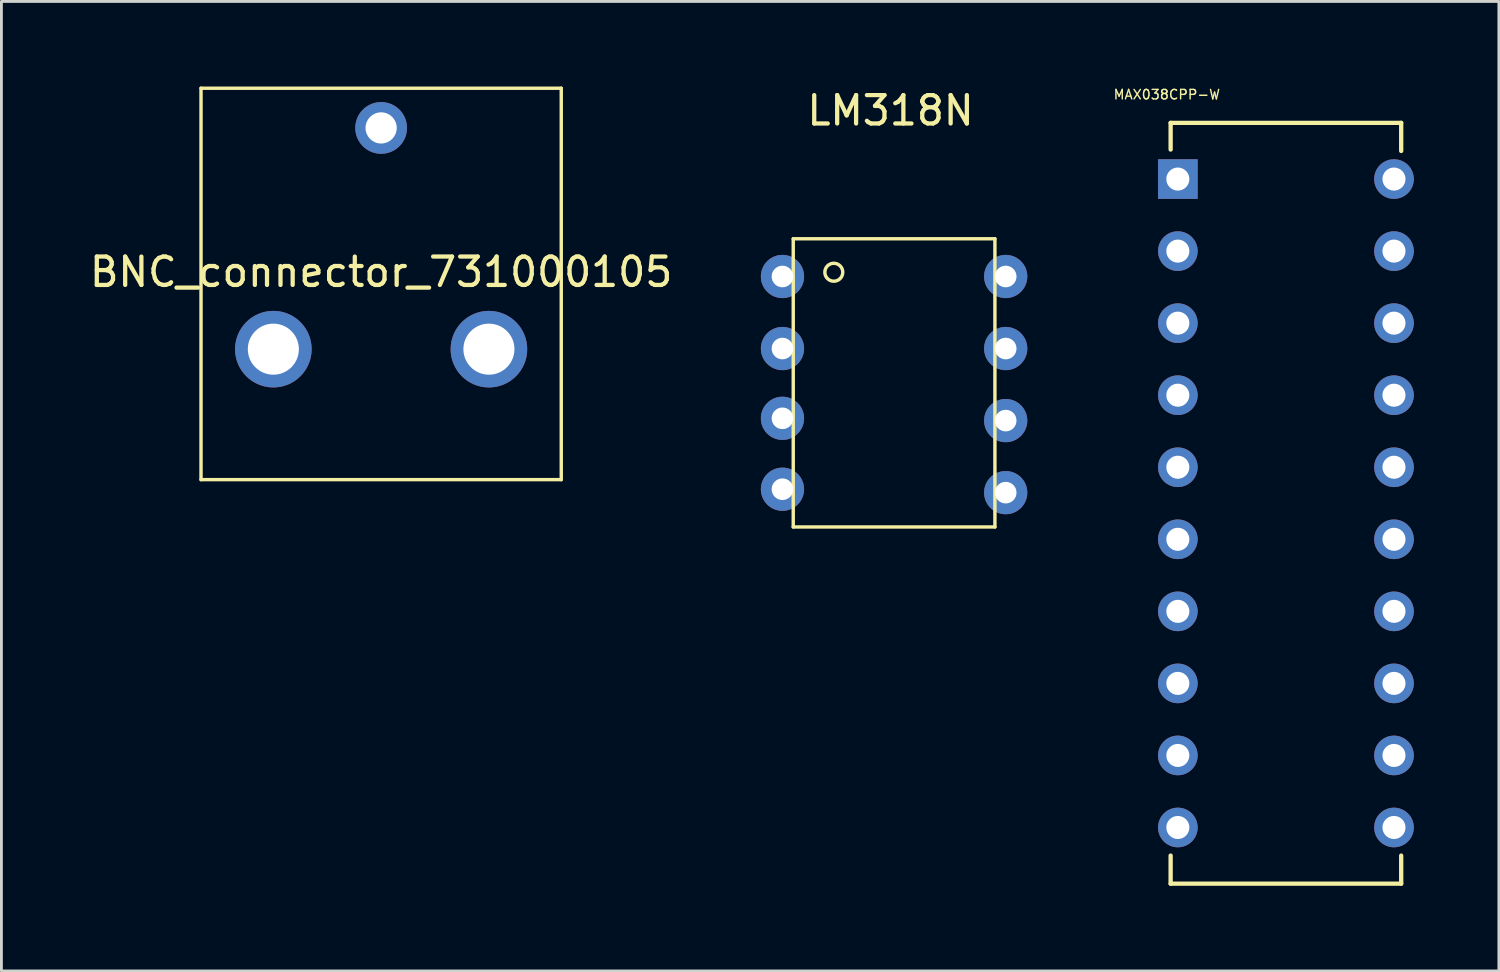
<source format=kicad_pcb>
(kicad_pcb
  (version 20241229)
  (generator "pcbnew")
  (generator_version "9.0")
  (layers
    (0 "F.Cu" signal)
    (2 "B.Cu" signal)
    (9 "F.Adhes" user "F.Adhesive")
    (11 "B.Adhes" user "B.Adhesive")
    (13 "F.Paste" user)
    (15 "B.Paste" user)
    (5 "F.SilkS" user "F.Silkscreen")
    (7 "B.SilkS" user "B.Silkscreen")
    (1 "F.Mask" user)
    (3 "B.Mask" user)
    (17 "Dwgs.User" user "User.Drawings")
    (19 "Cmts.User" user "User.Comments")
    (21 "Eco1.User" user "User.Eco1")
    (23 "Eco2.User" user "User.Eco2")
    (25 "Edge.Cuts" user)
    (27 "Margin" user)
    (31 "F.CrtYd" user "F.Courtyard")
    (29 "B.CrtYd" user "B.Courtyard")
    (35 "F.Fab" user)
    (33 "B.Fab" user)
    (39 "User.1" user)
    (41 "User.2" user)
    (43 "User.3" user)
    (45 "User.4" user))
  (footprint "MAX038CPP-W"
    (layer "F.Cu")
    (at 46.095 26.123)
    (property "Reference" "MAX038CPP-W" (at -8.008 -25.839 0) (layer "F.SilkS") (effects (font (size 0.335 0.335) (thickness 0.05))))
    (attr through_hole)
    (fp_line (start -7.874 -24.841) (end -7.874 -23.901) (stroke (width 0.152) (type solid)) (layer "F.SilkS"))
    (fp_line (start -7.874 0.991) (end -7.874 1.981) (stroke (width 0.152) (type solid)) (layer "F.SilkS"))
    (fp_line (start -7.874 1.981) (end 0.254 1.981) (stroke (width 0.152) (type solid)) (layer "F.SilkS"))
    (fp_line (start 0.254 -24.841) (end -7.874 -24.841) (stroke (width 0.152) (type solid)) (layer "F.SilkS"))
    (fp_line (start 0.254 -23.851) (end 0.254 -24.841) (stroke (width 0.152) (type solid)) (layer "F.SilkS"))
    (fp_line (start 0.254 1.981) (end 0.254 0.991) (stroke (width 0.152) (type solid)) (layer "F.SilkS"))
    (fp_line (start -8.026 -23.266) (end -8.026 -22.454) (stroke (width 0.152) (type solid)) (layer "Eco2.User"))
    (fp_line (start -8.026 -22.454) (end -7.747 -22.454) (stroke (width 0.152) (type solid)) (layer "Eco2.User"))
    (fp_line (start -8.026 -20.726) (end -8.026 -19.914) (stroke (width 0.152) (type solid)) (layer "Eco2.User"))
    (fp_line (start -8.026 -19.914) (end -7.747 -19.914) (stroke (width 0.152) (type solid)) (layer "Eco2.User"))
    (fp_line (start -8.026 -18.186) (end -8.026 -17.374) (stroke (width 0.152) (type solid)) (layer "Eco2.User"))
    (fp_line (start -8.026 -17.374) (end -7.747 -17.374) (stroke (width 0.152) (type solid)) (layer "Eco2.User"))
    (fp_line (start -8.026 -15.646) (end -8.026 -14.834) (stroke (width 0.152) (type solid)) (layer "Eco2.User"))
    (fp_line (start -8.026 -14.834) (end -7.747 -14.834) (stroke (width 0.152) (type solid)) (layer "Eco2.User"))
    (fp_line (start -8.026 -13.106) (end -8.026 -12.294) (stroke (width 0.152) (type solid)) (layer "Eco2.User"))
    (fp_line (start -8.026 -12.294) (end -7.747 -12.294) (stroke (width 0.152) (type solid)) (layer "Eco2.User"))
    (fp_line (start -8.026 -10.566) (end -8.026 -9.754) (stroke (width 0.152) (type solid)) (layer "Eco2.User"))
    (fp_line (start -8.026 -9.754) (end -7.747 -9.754) (stroke (width 0.152) (type solid)) (layer "Eco2.User"))
    (fp_line (start -8.026 -8.026) (end -8.026 -7.214) (stroke (width 0.152) (type solid)) (layer "Eco2.User"))
    (fp_line (start -8.026 -7.214) (end -7.747 -7.214) (stroke (width 0.152) (type solid)) (layer "Eco2.User"))
    (fp_line (start -8.026 -5.486) (end -8.026 -4.674) (stroke (width 0.152) (type solid)) (layer "Eco2.User"))
    (fp_line (start -8.026 -4.674) (end -7.747 -4.674) (stroke (width 0.152) (type solid)) (layer "Eco2.User"))
    (fp_line (start -8.026 -2.946) (end -8.026 -2.134) (stroke (width 0.152) (type solid)) (layer "Eco2.User"))
    (fp_line (start -8.026 -2.134) (end -7.747 -2.134) (stroke (width 0.152) (type solid)) (layer "Eco2.User"))
    (fp_line (start -8.026 -0.406) (end -8.026 0.406) (stroke (width 0.152) (type solid)) (layer "Eco2.User"))
    (fp_line (start -8.026 0.406) (end -7.747 0.406) (stroke (width 0.152) (type solid)) (layer "Eco2.User"))
    (fp_line (start -7.747 -24.689) (end -7.747 1.829) (stroke (width 0.152) (type solid)) (layer "Eco2.User"))
    (fp_line (start -7.747 -23.266) (end -8.026 -23.266) (stroke (width 0.152) (type solid)) (layer "Eco2.User"))
    (fp_line (start -7.747 -22.454) (end -7.747 -23.266) (stroke (width 0.152) (type solid)) (layer "Eco2.User"))
    (fp_line (start -7.747 -20.726) (end -8.026 -20.726) (stroke (width 0.152) (type solid)) (layer "Eco2.User"))
    (fp_line (start -7.747 -19.914) (end -7.747 -20.726) (stroke (width 0.152) (type solid)) (layer "Eco2.User"))
    (fp_line (start -7.747 -18.186) (end -8.026 -18.186) (stroke (width 0.152) (type solid)) (layer "Eco2.User"))
    (fp_line (start -7.747 -17.374) (end -7.747 -18.186) (stroke (width 0.152) (type solid)) (layer "Eco2.User"))
    (fp_line (start -7.747 -15.646) (end -8.026 -15.646) (stroke (width 0.152) (type solid)) (layer "Eco2.User"))
    (fp_line (start -7.747 -14.834) (end -7.747 -15.646) (stroke (width 0.152) (type solid)) (layer "Eco2.User"))
    (fp_line (start -7.747 -13.106) (end -8.026 -13.106) (stroke (width 0.152) (type solid)) (layer "Eco2.User"))
    (fp_line (start -7.747 -12.294) (end -7.747 -13.106) (stroke (width 0.152) (type solid)) (layer "Eco2.User"))
    (fp_line (start -7.747 -10.566) (end -8.026 -10.566) (stroke (width 0.152) (type solid)) (layer "Eco2.User"))
    (fp_line (start -7.747 -9.754) (end -7.747 -10.566) (stroke (width 0.152) (type solid)) (layer "Eco2.User"))
    (fp_line (start -7.747 -8.026) (end -8.026 -8.026) (stroke (width 0.152) (type solid)) (layer "Eco2.User"))
    (fp_line (start -7.747 -7.214) (end -7.747 -8.026) (stroke (width 0.152) (type solid)) (layer "Eco2.User"))
    (fp_line (start -7.747 -5.486) (end -8.026 -5.486) (stroke (width 0.152) (type solid)) (layer "Eco2.User"))
    (fp_line (start -7.747 -4.674) (end -7.747 -5.486) (stroke (width 0.152) (type solid)) (layer "Eco2.User"))
    (fp_line (start -7.747 -2.946) (end -8.026 -2.946) (stroke (width 0.152) (type solid)) (layer "Eco2.User"))
    (fp_line (start -7.747 -2.134) (end -7.747 -2.946) (stroke (width 0.152) (type solid)) (layer "Eco2.User"))
    (fp_line (start -7.747 -0.406) (end -8.026 -0.406) (stroke (width 0.152) (type solid)) (layer "Eco2.User"))
    (fp_line (start -7.747 0.406) (end -7.747 -0.406) (stroke (width 0.152) (type solid)) (layer "Eco2.User"))
    (fp_line (start -7.747 1.829) (end 0.127 1.829) (stroke (width 0.152) (type solid)) (layer "Eco2.User"))
    (fp_line (start -4.115 -24.689) (end -7.747 -24.689) (stroke (width 0.152) (type solid)) (layer "Eco2.User"))
    (fp_line (start -3.505 -24.689) (end -4.115 -24.689) (stroke (width 0.152) (type solid)) (layer "Eco2.User"))
    (fp_line (start 0.127 -24.689) (end -3.505 -24.689) (stroke (width 0.152) (type solid)) (layer "Eco2.User"))
    (fp_line (start 0.127 -23.266) (end 0.127 -22.454) (stroke (width 0.152) (type solid)) (layer "Eco2.User"))
    (fp_line (start 0.127 -22.454) (end 0.406 -22.454) (stroke (width 0.152) (type solid)) (layer "Eco2.User"))
    (fp_line (start 0.127 -20.726) (end 0.127 -19.914) (stroke (width 0.152) (type solid)) (layer "Eco2.User"))
    (fp_line (start 0.127 -19.914) (end 0.406 -19.914) (stroke (width 0.152) (type solid)) (layer "Eco2.User"))
    (fp_line (start 0.127 -18.186) (end 0.127 -17.374) (stroke (width 0.152) (type solid)) (layer "Eco2.User"))
    (fp_line (start 0.127 -17.374) (end 0.406 -17.374) (stroke (width 0.152) (type solid)) (layer "Eco2.User"))
    (fp_line (start 0.127 -15.646) (end 0.127 -14.834) (stroke (width 0.152) (type solid)) (layer "Eco2.User"))
    (fp_line (start 0.127 -14.834) (end 0.406 -14.834) (stroke (width 0.152) (type solid)) (layer "Eco2.User"))
    (fp_line (start 0.127 -13.106) (end 0.127 -12.294) (stroke (width 0.152) (type solid)) (layer "Eco2.User"))
    (fp_line (start 0.127 -12.294) (end 0.406 -12.294) (stroke (width 0.152) (type solid)) (layer "Eco2.User"))
    (fp_line (start 0.127 -10.566) (end 0.127 -9.754) (stroke (width 0.152) (type solid)) (layer "Eco2.User"))
    (fp_line (start 0.127 -9.754) (end 0.406 -9.754) (stroke (width 0.152) (type solid)) (layer "Eco2.User"))
    (fp_line (start 0.127 -8.026) (end 0.127 -7.214) (stroke (width 0.152) (type solid)) (layer "Eco2.User"))
    (fp_line (start 0.127 -7.214) (end 0.406 -7.214) (stroke (width 0.152) (type solid)) (layer "Eco2.User"))
    (fp_line (start 0.127 -5.486) (end 0.127 -4.674) (stroke (width 0.152) (type solid)) (layer "Eco2.User"))
    (fp_line (start 0.127 -4.674) (end 0.406 -4.674) (stroke (width 0.152) (type solid)) (layer "Eco2.User"))
    (fp_line (start 0.127 -2.946) (end 0.127 -2.134) (stroke (width 0.152) (type solid)) (layer "Eco2.User"))
    (fp_line (start 0.127 -2.134) (end 0.406 -2.134) (stroke (width 0.152) (type solid)) (layer "Eco2.User"))
    (fp_line (start 0.127 -0.406) (end 0.127 0.406) (stroke (width 0.152) (type solid)) (layer "Eco2.User"))
    (fp_line (start 0.127 0.406) (end 0.406 0.406) (stroke (width 0.152) (type solid)) (layer "Eco2.User"))
    (fp_line (start 0.127 1.829) (end 0.127 -24.689) (stroke (width 0.152) (type solid)) (layer "Eco2.User"))
    (fp_line (start 0.406 -23.266) (end 0.127 -23.266) (stroke (width 0.152) (type solid)) (layer "Eco2.User"))
    (fp_line (start 0.406 -22.454) (end 0.406 -23.266) (stroke (width 0.152) (type solid)) (layer "Eco2.User"))
    (fp_line (start 0.406 -20.726) (end 0.127 -20.726) (stroke (width 0.152) (type solid)) (layer "Eco2.User"))
    (fp_line (start 0.406 -19.914) (end 0.406 -20.726) (stroke (width 0.152) (type solid)) (layer "Eco2.User"))
    (fp_line (start 0.406 -18.186) (end 0.127 -18.186) (stroke (width 0.152) (type solid)) (layer "Eco2.User"))
    (fp_line (start 0.406 -17.374) (end 0.406 -18.186) (stroke (width 0.152) (type solid)) (layer "Eco2.User"))
    (fp_line (start 0.406 -15.646) (end 0.127 -15.646) (stroke (width 0.152) (type solid)) (layer "Eco2.User"))
    (fp_line (start 0.406 -14.834) (end 0.406 -15.646) (stroke (width 0.152) (type solid)) (layer "Eco2.User"))
    (fp_line (start 0.406 -13.106) (end 0.127 -13.106) (stroke (width 0.152) (type solid)) (layer "Eco2.User"))
    (fp_line (start 0.406 -12.294) (end 0.406 -13.106) (stroke (width 0.152) (type solid)) (layer "Eco2.User"))
    (fp_line (start 0.406 -10.566) (end 0.127 -10.566) (stroke (width 0.152) (type solid)) (layer "Eco2.User"))
    (fp_line (start 0.406 -9.754) (end 0.406 -10.566) (stroke (width 0.152) (type solid)) (layer "Eco2.User"))
    (fp_line (start 0.406 -8.026) (end 0.127 -8.026) (stroke (width 0.152) (type solid)) (layer "Eco2.User"))
    (fp_line (start 0.406 -7.214) (end 0.406 -8.026) (stroke (width 0.152) (type solid)) (layer "Eco2.User"))
    (fp_line (start 0.406 -5.486) (end 0.127 -5.486) (stroke (width 0.152) (type solid)) (layer "Eco2.User"))
    (fp_line (start 0.406 -4.674) (end 0.406 -5.486) (stroke (width 0.152) (type solid)) (layer "Eco2.User"))
    (fp_line (start 0.406 -2.946) (end 0.127 -2.946) (stroke (width 0.152) (type solid)) (layer "Eco2.User"))
    (fp_line (start 0.406 -2.134) (end 0.406 -2.946) (stroke (width 0.152) (type solid)) (layer "Eco2.User"))
    (fp_line (start 0.406 -0.406) (end 0.127 -0.406) (stroke (width 0.152) (type solid)) (layer "Eco2.User"))
    (fp_line (start 0.406 0.406) (end 0.406 -0.406) (stroke (width 0.152) (type solid)) (layer "Eco2.User"))
    (fp_arc (start -3.5052 -24.6888) (mid -3.81 -24.384) (end -4.1148 -24.6888) (stroke (width 0.1524) (type solid)) (layer "Eco2.User"))
    (pad "1" thru_hole rect (at -7.62 -22.86) (size 1.397 1.397) (drill 0.813) (layers "*.Cu" "*.Mask"))
    (pad "2" thru_hole circle (at -7.62 -20.32) (size 1.397 1.397) (drill 0.813) (layers "*.Cu" "*.Mask"))
    (pad "3" thru_hole circle (at -7.62 -17.78) (size 1.397 1.397) (drill 0.813) (layers "*.Cu" "*.Mask"))
    (pad "4" thru_hole circle (at -7.62 -15.24) (size 1.397 1.397) (drill 0.813) (layers "*.Cu" "*.Mask"))
    (pad "5" thru_hole circle (at -7.62 -12.7) (size 1.397 1.397) (drill 0.813) (layers "*.Cu" "*.Mask"))
    (pad "6" thru_hole circle (at -7.62 -10.16) (size 1.397 1.397) (drill 0.813) (layers "*.Cu" "*.Mask"))
    (pad "7" thru_hole circle (at -7.62 -7.62) (size 1.397 1.397) (drill 0.813) (layers "*.Cu" "*.Mask"))
    (pad "8" thru_hole circle (at -7.62 -5.08) (size 1.397 1.397) (drill 0.813) (layers "*.Cu" "*.Mask"))
    (pad "9" thru_hole circle (at -7.62 -2.54) (size 1.397 1.397) (drill 0.813) (layers "*.Cu" "*.Mask"))
    (pad "10" thru_hole circle (at -7.62 0) (size 1.397 1.397) (drill 0.813) (layers "*.Cu" "*.Mask"))
    (pad "11" thru_hole circle (at 0 0) (size 1.397 1.397) (drill 0.813) (layers "*.Cu" "*.Mask"))
    (pad "12" thru_hole circle (at 0 -2.54) (size 1.397 1.397) (drill 0.813) (layers "*.Cu" "*.Mask"))
    (pad "13" thru_hole circle (at 0 -5.08) (size 1.397 1.397) (drill 0.813) (layers "*.Cu" "*.Mask"))
    (pad "14" thru_hole circle (at 0 -7.62) (size 1.397 1.397) (drill 0.813) (layers "*.Cu" "*.Mask"))
    (pad "15" thru_hole circle (at 0 -10.16) (size 1.397 1.397) (drill 0.813) (layers "*.Cu" "*.Mask"))
    (pad "16" thru_hole circle (at 0 -12.7) (size 1.397 1.397) (drill 0.813) (layers "*.Cu" "*.Mask"))
    (pad "17" thru_hole circle (at 0 -15.24) (size 1.397 1.397) (drill 0.813) (layers "*.Cu" "*.Mask"))
    (pad "18" thru_hole circle (at 0 -17.78) (size 1.397 1.397) (drill 0.813) (layers "*.Cu" "*.Mask"))
    (pad "19" thru_hole circle (at 0 -20.32) (size 1.397 1.397) (drill 0.813) (layers "*.Cu" "*.Mask"))
    (pad "20" thru_hole circle (at 0 -22.86) (size 1.397 1.397) (drill 0.813) (layers "*.Cu" "*.Mask")))
  (footprint "LM318N"
    (layer "F.Cu")
    (at 28.346 0.348)
    (property "Reference" "LM318N" (at 0 0.5 0) (layer "F.SilkS") (effects (font (size 1 1) (thickness 0.15))))
    (attr through_hole)
    (fp_line (start -3.43 5.02) (end -3.43 15.18) (stroke (width 0.12) (type solid)) (layer "F.SilkS"))
    (fp_line (start -3.43 15.18) (end 3.68 15.18) (stroke (width 0.12) (type solid)) (layer "F.SilkS"))
    (fp_line (start 3.68 5.02) (end -3.43 5.02) (stroke (width 0.12) (type solid)) (layer "F.SilkS"))
    (fp_line (start 3.68 5.02) (end 3.68 15.18) (stroke (width 0.12) (type solid)) (layer "F.SilkS"))
    (fp_circle (center -2 6.2) (end -2.1 5.9) (stroke (width 0.12) (type solid)) (fill no) (layer "F.SilkS"))
    (pad "1" thru_hole circle (at -3.81 6.35) (size 1.524 1.524) (drill 0.762) (layers "*.Cu" "*.Mask"))
    (pad "2" thru_hole circle (at -3.81 8.89) (size 1.524 1.524) (drill 0.762) (layers "*.Cu" "*.Mask"))
    (pad "3" thru_hole circle (at -3.81 11.35) (size 1.524 1.524) (drill 0.762) (layers "*.Cu" "*.Mask"))
    (pad "4" thru_hole circle (at -3.81 13.85) (size 1.524 1.524) (drill 0.762) (layers "*.Cu" "*.Mask"))
    (pad "5" thru_hole circle (at 4.06 13.97) (size 1.524 1.524) (drill 0.762) (layers "*.Cu" "*.Mask"))
    (pad "6" thru_hole circle (at 4.06 11.43) (size 1.524 1.524) (drill 0.762) (layers "*.Cu" "*.Mask"))
    (pad "7" thru_hole circle (at 4.06 8.89) (size 1.524 1.524) (drill 0.762) (layers "*.Cu" "*.Mask"))
    (pad "8" thru_hole circle (at 4.06 6.35) (size 1.524 1.524) (drill 0.762) (layers "*.Cu" "*.Mask")))
  (footprint "BNC_connector_731000105"
    (layer "F.Cu")
    (at 10.387 1.46)
    (property "Reference" "BNC_connector_731000105" (at 0 5.08 0) (layer "F.SilkS") (effects (font (size 1 1) (thickness 0.15))))
    (attr through_hole)
    (fp_line (start -6.35 -1.4) (end -6.35 12.4) (stroke (width 0.12) (type solid)) (layer "F.SilkS"))
    (fp_line (start -6.35 12.4) (end 6.35 12.4) (stroke (width 0.12) (type solid)) (layer "F.SilkS"))
    (fp_line (start 6.35 -1.4) (end -6.35 -1.4) (stroke (width 0.12) (type solid)) (layer "F.SilkS"))
    (fp_line (start 6.35 -1.4) (end 6.35 12.4) (stroke (width 0.12) (type solid)) (layer "F.SilkS"))
    (pad "1" thru_hole circle (at 0 0) (size 1.824 1.824) (drill 1.1) (layers "*.Cu" "*.Mask"))
    (pad "2" thru_hole circle (at -3.8 7.8) (size 2.7 2.7) (drill 1.8) (layers "*.Cu" "*.Mask"))
    (pad "2" thru_hole circle (at 3.8 7.8) (size 2.7 2.7) (drill 1.8) (layers "*.Cu" "*.Mask")))
  (gr_rect
    (start -3 -3)
    (end 49.793 31.18)
    (stroke (width 0.1) (type default))
    (fill no)
    (layer "Edge.Cuts")))
</source>
